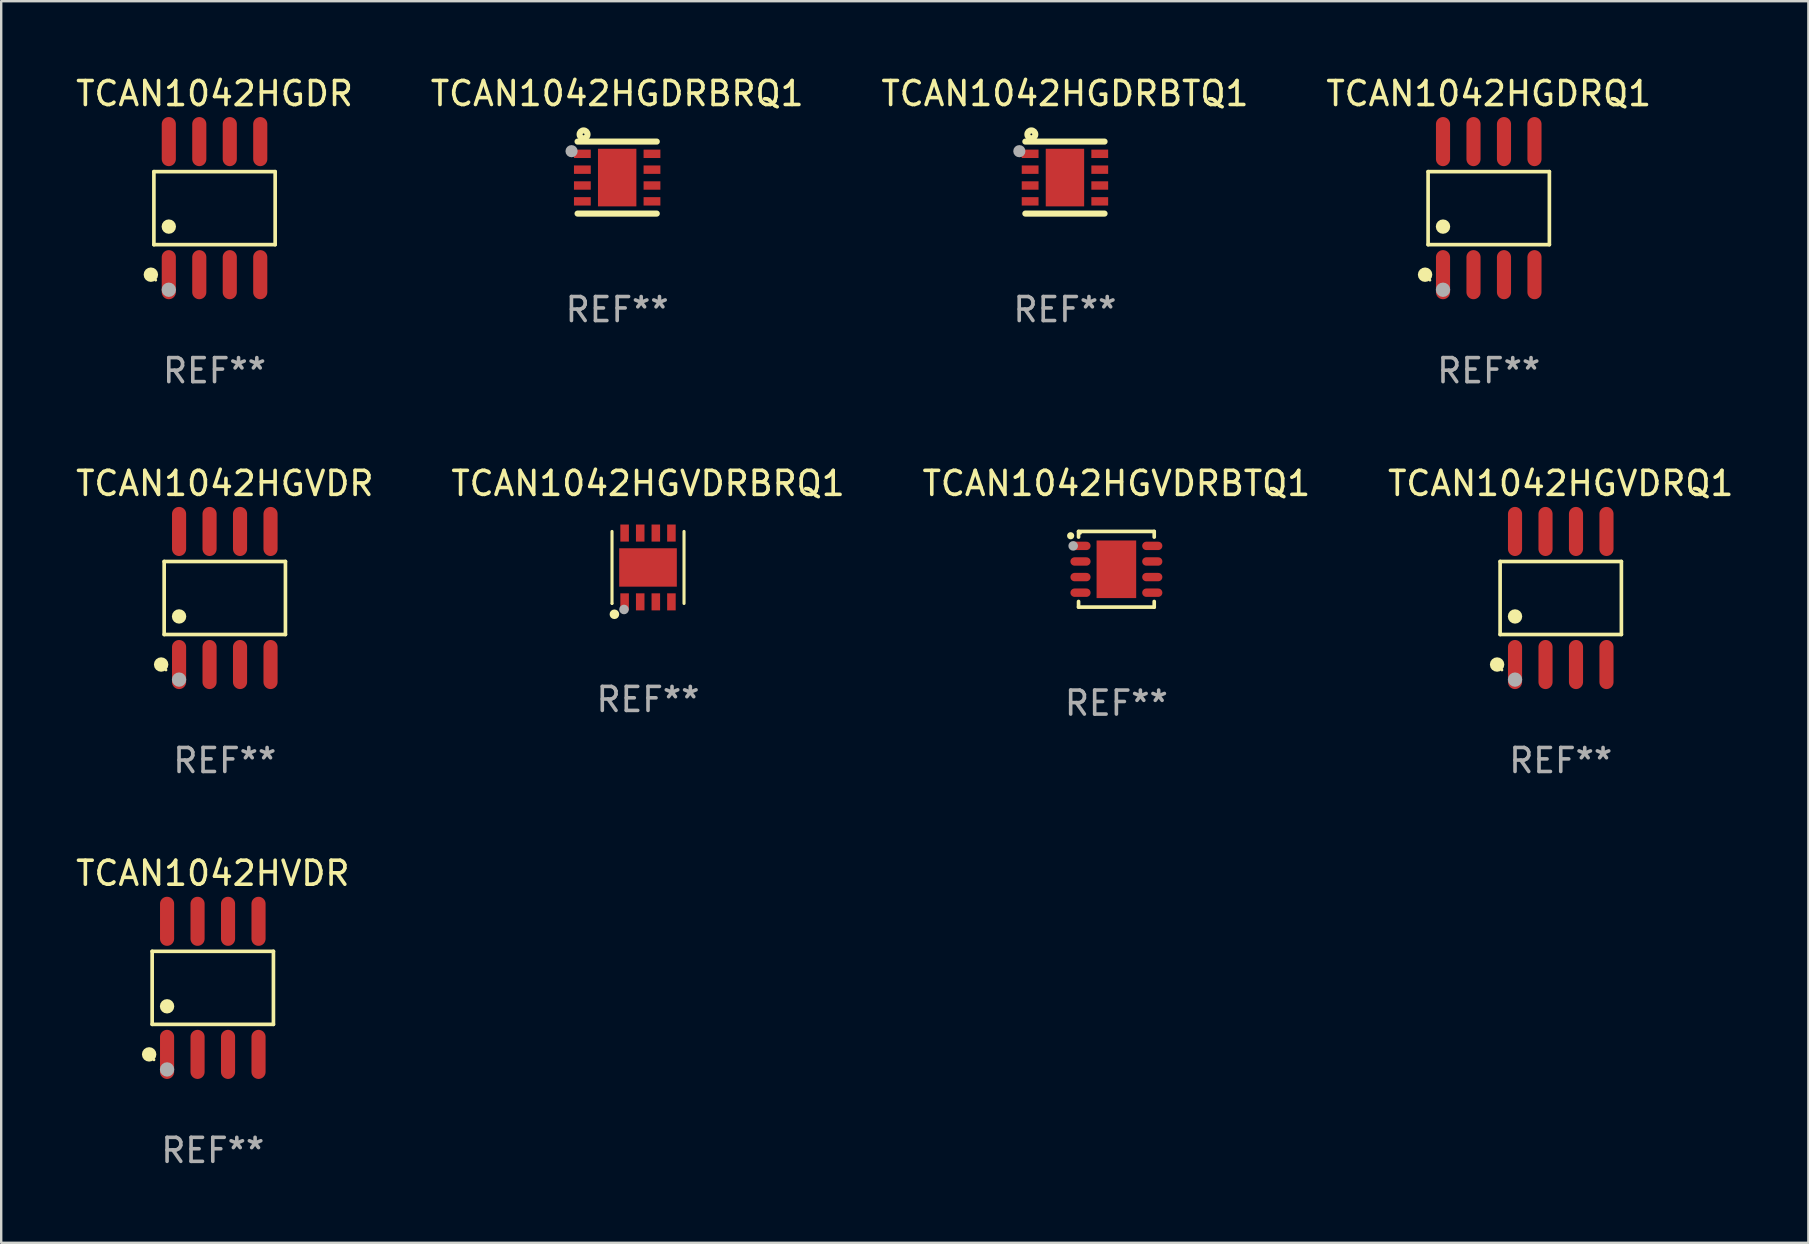
<source format=kicad_pcb>
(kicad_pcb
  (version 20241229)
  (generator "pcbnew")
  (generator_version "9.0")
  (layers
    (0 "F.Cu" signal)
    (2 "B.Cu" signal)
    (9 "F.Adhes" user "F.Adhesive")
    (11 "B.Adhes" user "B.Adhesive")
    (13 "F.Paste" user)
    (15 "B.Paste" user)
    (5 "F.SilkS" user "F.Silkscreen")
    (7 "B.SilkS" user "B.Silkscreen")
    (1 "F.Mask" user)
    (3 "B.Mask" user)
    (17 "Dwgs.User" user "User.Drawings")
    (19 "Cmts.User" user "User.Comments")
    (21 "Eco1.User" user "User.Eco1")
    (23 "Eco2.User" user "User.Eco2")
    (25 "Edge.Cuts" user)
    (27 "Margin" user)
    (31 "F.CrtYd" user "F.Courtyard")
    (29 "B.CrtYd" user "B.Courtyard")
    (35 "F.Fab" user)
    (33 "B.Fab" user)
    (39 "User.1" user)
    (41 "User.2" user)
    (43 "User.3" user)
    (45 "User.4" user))
  (footprint "TCAN1042HGDRBTQ1"
    (layer "F.Cu")
    (at 41.315 4.348)
    (property "Reference" "TCAN1042HGDRBTQ1" (at 0 -3.5 0) (layer "F.SilkS") (effects (font (size 1 1) (thickness 0.15))))
    (attr through_hole)
    (fp_line (start -1.65 -1.5) (end 1.65 -1.5) (stroke (width 0.254) (type solid)) (layer "F.SilkS"))
    (fp_line (start -1.65 1.5) (end 1.65 1.5) (stroke (width 0.254) (type solid)) (layer "F.SilkS"))
    (fp_circle (center -1.5 -1.5) (end -1.47 -1.5) (stroke (width 0.06) (type solid)) (fill no) (layer "F.SilkS"))
    (fp_circle (center -1.4 -1.8) (end -1.235 -1.8) (stroke (width 0.254) (type solid)) (fill no) (layer "F.SilkS"))
    (fp_circle (center -1.9 -1.1) (end -1.773 -1.1) (stroke (width 0.254) (type solid)) (fill no) (layer "F.Fab"))
    (fp_text user "REF**" (at 0 5.5 0) (layer "F.Fab") (effects (font (size 1 1) (thickness 0.15))))
    (pad "1" smd rect (at -1.45 -0.99 180) (size 0.7 0.35) (layers "F.Cu" "F.Mask" "F.Paste"))
    (pad "2" smd rect (at -1.45 -0.33 180) (size 0.7 0.35) (layers "F.Cu" "F.Mask" "F.Paste"))
    (pad "3" smd rect (at -1.45 0.33 180) (size 0.7 0.35) (layers "F.Cu" "F.Mask" "F.Paste"))
    (pad "4" smd rect (at -1.45 0.99 180) (size 0.7 0.35) (layers "F.Cu" "F.Mask" "F.Paste"))
    (pad "5" smd rect (at 1.45 0.99 180) (size 0.7 0.35) (layers "F.Cu" "F.Mask" "F.Paste"))
    (pad "6" smd rect (at 1.45 0.33 180) (size 0.7 0.35) (layers "F.Cu" "F.Mask" "F.Paste"))
    (pad "7" smd rect (at 1.45 -0.33 180) (size 0.7 0.35) (layers "F.Cu" "F.Mask" "F.Paste"))
    (pad "8" smd rect (at 1.45 -0.99 180) (size 0.7 0.35) (layers "F.Cu" "F.Mask" "F.Paste"))
    (pad "9" smd rect (at 0 -0.000394 90) (size 2.4 1.6) (layers "F.Cu" "F.Mask" "F.Paste")))
  (footprint "TCAN1042HGDR"
    (layer "F.Cu")
    (at 5.887 5.621)
    (property "Reference" "TCAN1042HGDR" (at 0 -4.772 0) (layer "F.SilkS") (effects (font (size 1 1) (thickness 0.15))))
    (attr through_hole)
    (fp_line (start -2.526 -1.521) (end 2.526 -1.521) (stroke (width 0.152) (type solid)) (layer "F.SilkS"))
    (fp_line (start -2.526 1.521) (end -2.526 -1.521) (stroke (width 0.152) (type solid)) (layer "F.SilkS"))
    (fp_line (start 2.526 -1.521) (end 2.526 1.521) (stroke (width 0.152) (type solid)) (layer "F.SilkS"))
    (fp_line (start 2.526 1.521) (end -2.526 1.521) (stroke (width 0.152) (type solid)) (layer "F.SilkS"))
    (fp_circle (center -2.652 2.772) (end -2.501 2.772) (stroke (width 0.3) (type solid)) (fill no) (layer "F.SilkS"))
    (fp_circle (center -2.45 3) (end -2.42 3) (stroke (width 0.06) (type solid)) (fill no) (layer "F.SilkS"))
    (fp_circle (center -1.905 0.769) (end -1.755 0.769) (stroke (width 0.3) (type solid)) (fill no) (layer "F.SilkS"))
    (fp_circle (center -1.905 3.4) (end -1.755 3.4) (stroke (width 0.3) (type solid)) (fill no) (layer "F.Fab"))
    (fp_text user "REF**" (at 0 6.772 0) (layer "F.Fab") (effects (font (size 1 1) (thickness 0.15))))
    (pad "1" smd oval (at -1.905 2.772) (size 0.588 2.045) (layers "F.Cu" "F.Mask" "F.Paste"))
    (pad "2" smd oval (at -0.635 2.772) (size 0.588 2.045) (layers "F.Cu" "F.Mask" "F.Paste"))
    (pad "3" smd oval (at 0.635 2.772) (size 0.588 2.045) (layers "F.Cu" "F.Mask" "F.Paste"))
    (pad "4" smd oval (at 1.905 2.772) (size 0.588 2.045) (layers "F.Cu" "F.Mask" "F.Paste"))
    (pad "5" smd oval (at 1.905 -2.772) (size 0.588 2.045) (layers "F.Cu" "F.Mask" "F.Paste"))
    (pad "6" smd oval (at 0.635 -2.772) (size 0.588 2.045) (layers "F.Cu" "F.Mask" "F.Paste"))
    (pad "7" smd oval (at -0.635 -2.772) (size 0.588 2.045) (layers "F.Cu" "F.Mask" "F.Paste"))
    (pad "8" smd oval (at -1.905 -2.772) (size 0.588 2.045) (layers "F.Cu" "F.Mask" "F.Paste")))
  (footprint "TCAN1042HGVDRQ1"
    (layer "F.Cu")
    (at 61.97 21.862)
    (property "Reference" "TCAN1042HGVDRQ1" (at 0 -4.772 0) (layer "F.SilkS") (effects (font (size 1 1) (thickness 0.15))))
    (attr through_hole)
    (fp_line (start -2.526 -1.521) (end 2.526 -1.521) (stroke (width 0.152) (type solid)) (layer "F.SilkS"))
    (fp_line (start -2.526 1.521) (end -2.526 -1.521) (stroke (width 0.152) (type solid)) (layer "F.SilkS"))
    (fp_line (start 2.526 -1.521) (end 2.526 1.521) (stroke (width 0.152) (type solid)) (layer "F.SilkS"))
    (fp_line (start 2.526 1.521) (end -2.526 1.521) (stroke (width 0.152) (type solid)) (layer "F.SilkS"))
    (fp_circle (center -2.652 2.772) (end -2.501 2.772) (stroke (width 0.3) (type solid)) (fill no) (layer "F.SilkS"))
    (fp_circle (center -2.45 3) (end -2.42 3) (stroke (width 0.06) (type solid)) (fill no) (layer "F.SilkS"))
    (fp_circle (center -1.905 0.769) (end -1.755 0.769) (stroke (width 0.3) (type solid)) (fill no) (layer "F.SilkS"))
    (fp_circle (center -1.905 3.4) (end -1.755 3.4) (stroke (width 0.3) (type solid)) (fill no) (layer "F.Fab"))
    (fp_text user "REF**" (at 0 6.772 0) (layer "F.Fab") (effects (font (size 1 1) (thickness 0.15))))
    (pad "1" smd oval (at -1.905 2.772) (size 0.588 2.045) (layers "F.Cu" "F.Mask" "F.Paste"))
    (pad "2" smd oval (at -0.635 2.772) (size 0.588 2.045) (layers "F.Cu" "F.Mask" "F.Paste"))
    (pad "3" smd oval (at 0.635 2.772) (size 0.588 2.045) (layers "F.Cu" "F.Mask" "F.Paste"))
    (pad "4" smd oval (at 1.905 2.772) (size 0.588 2.045) (layers "F.Cu" "F.Mask" "F.Paste"))
    (pad "5" smd oval (at 1.905 -2.772) (size 0.588 2.045) (layers "F.Cu" "F.Mask" "F.Paste"))
    (pad "6" smd oval (at 0.635 -2.772) (size 0.588 2.045) (layers "F.Cu" "F.Mask" "F.Paste"))
    (pad "7" smd oval (at -0.635 -2.772) (size 0.588 2.045) (layers "F.Cu" "F.Mask" "F.Paste"))
    (pad "8" smd oval (at -1.905 -2.772) (size 0.588 2.045) (layers "F.Cu" "F.Mask" "F.Paste")))
  (footprint "TCAN1042HGVDRBTQ1"
    (layer "F.Cu")
    (at 43.458 20.666)
    (property "Reference" "TCAN1042HGVDRBTQ1" (at 0 -3.576 0) (layer "F.SilkS") (effects (font (size 1 1) (thickness 0.15))))
    (attr through_hole)
    (fp_line (start -1.576 -1.576) (end 1.576 -1.576) (stroke (width 0.152) (type solid)) (layer "F.SilkS"))
    (fp_line (start -1.576 -1.341) (end -1.576 -1.576) (stroke (width 0.152) (type solid)) (layer "F.SilkS"))
    (fp_line (start -1.576 1.341) (end -1.576 1.576) (stroke (width 0.152) (type solid)) (layer "F.SilkS"))
    (fp_line (start -1.576 1.576) (end 1.576 1.576) (stroke (width 0.152) (type solid)) (layer "F.SilkS"))
    (fp_line (start 1.576 -1.576) (end 1.576 -1.341) (stroke (width 0.152) (type solid)) (layer "F.SilkS"))
    (fp_line (start 1.576 1.576) (end 1.576 1.341) (stroke (width 0.152) (type solid)) (layer "F.SilkS"))
    (fp_circle (center -1.905 -1.397) (end -1.83 -1.397) (stroke (width 0.15) (type solid)) (fill no) (layer "F.SilkS"))
    (fp_circle (center -1.5 -1.5) (end -1.47 -1.5) (stroke (width 0.06) (type solid)) (fill no) (layer "F.SilkS"))
    (fp_circle (center -1.8 -0.975) (end -1.7 -0.975) (stroke (width 0.2) (type solid)) (fill no) (layer "F.Fab"))
    (fp_text user "REF**" (at 0 5.576 0) (layer "F.Fab") (effects (font (size 1 1) (thickness 0.15))))
    (pad "1" smd oval (at -1.495 -0.975) (size 0.84 0.35) (layers "F.Cu" "F.Mask" "F.Paste"))
    (pad "2" smd oval (at -1.495 -0.325) (size 0.84 0.35) (layers "F.Cu" "F.Mask" "F.Paste"))
    (pad "3" smd oval (at -1.495 0.325) (size 0.84 0.35) (layers "F.Cu" "F.Mask" "F.Paste"))
    (pad "4" smd oval (at -1.495 0.975) (size 0.84 0.35) (layers "F.Cu" "F.Mask" "F.Paste"))
    (pad "5" smd oval (at 1.495 0.975) (size 0.84 0.35) (layers "F.Cu" "F.Mask" "F.Paste"))
    (pad "6" smd oval (at 1.495 0.325) (size 0.84 0.35) (layers "F.Cu" "F.Mask" "F.Paste"))
    (pad "7" smd oval (at 1.495 -0.325) (size 0.84 0.35) (layers "F.Cu" "F.Mask" "F.Paste"))
    (pad "8" smd oval (at 1.495 -0.975) (size 0.84 0.35) (layers "F.Cu" "F.Mask" "F.Paste"))
    (pad "9" smd rect (at -0.000102 0.000102) (size 1.65 2.4) (layers "F.Cu" "F.Mask" "F.Paste")))
  (footprint "TCAN1042HGVDRBRQ1"
    (layer "F.Cu")
    (at 23.946 20.59)
    (property "Reference" "TCAN1042HGVDRBRQ1" (at 0 -3.5 0) (layer "F.SilkS") (effects (font (size 1 1) (thickness 0.15))))
    (attr through_hole)
    (fp_line (start -1.5 1.5) (end -1.5 -1.5) (stroke (width 0.129) (type solid)) (layer "F.SilkS"))
    (fp_line (start 1.5 -1.5) (end 1.5 1.5) (stroke (width 0.129) (type solid)) (layer "F.SilkS"))
    (fp_circle (center -1.5 1.5) (end -1.47 1.5) (stroke (width 0.06) (type solid)) (fill no) (layer "F.SilkS"))
    (fp_circle (center -1.4 1.95) (end -1.3 1.95) (stroke (width 0.2) (type solid)) (fill no) (layer "F.SilkS"))
    (fp_circle (center -1 1.75) (end -0.9 1.75) (stroke (width 0.2) (type solid)) (fill no) (layer "F.Fab"))
    (fp_text user "REF**" (at 0 5.5 0) (layer "F.Fab") (effects (font (size 1 1) (thickness 0.15))))
    (pad "1" smd rect (at -0.975 1.433) (size 0.356 0.711) (layers "F.Cu" "F.Mask" "F.Paste"))
    (pad "2" smd rect (at -0.325 1.433) (size 0.356 0.711) (layers "F.Cu" "F.Mask" "F.Paste"))
    (pad "3" smd rect (at 0.325 1.433) (size 0.356 0.711) (layers "F.Cu" "F.Mask" "F.Paste"))
    (pad "4" smd rect (at 0.975 1.433) (size 0.356 0.711) (layers "F.Cu" "F.Mask" "F.Paste"))
    (pad "5" smd rect (at 0.975 -1.433) (size 0.356 0.711) (layers "F.Cu" "F.Mask" "F.Paste"))
    (pad "6" smd rect (at 0.325 -1.433) (size 0.356 0.711) (layers "F.Cu" "F.Mask" "F.Paste"))
    (pad "7" smd rect (at -0.325 -1.433) (size 0.356 0.711) (layers "F.Cu" "F.Mask" "F.Paste"))
    (pad "8" smd rect (at -0.975 -1.433) (size 0.356 0.711) (layers "F.Cu" "F.Mask" "F.Paste"))
    (pad "9" smd rect (at 0 0) (size 2.4 1.6) (layers "F.Cu" "F.Mask" "F.Paste")))
  (footprint "TCAN1042HGDRQ1"
    (layer "F.Cu")
    (at 58.97 5.621)
    (property "Reference" "TCAN1042HGDRQ1" (at 0 -4.772 0) (layer "F.SilkS") (effects (font (size 1 1) (thickness 0.15))))
    (attr through_hole)
    (fp_line (start -2.526 -1.521) (end 2.526 -1.521) (stroke (width 0.152) (type solid)) (layer "F.SilkS"))
    (fp_line (start -2.526 1.521) (end -2.526 -1.521) (stroke (width 0.152) (type solid)) (layer "F.SilkS"))
    (fp_line (start 2.526 -1.521) (end 2.526 1.521) (stroke (width 0.152) (type solid)) (layer "F.SilkS"))
    (fp_line (start 2.526 1.521) (end -2.526 1.521) (stroke (width 0.152) (type solid)) (layer "F.SilkS"))
    (fp_circle (center -2.652 2.772) (end -2.501 2.772) (stroke (width 0.3) (type solid)) (fill no) (layer "F.SilkS"))
    (fp_circle (center -2.45 3) (end -2.42 3) (stroke (width 0.06) (type solid)) (fill no) (layer "F.SilkS"))
    (fp_circle (center -1.905 0.769) (end -1.755 0.769) (stroke (width 0.3) (type solid)) (fill no) (layer "F.SilkS"))
    (fp_circle (center -1.905 3.4) (end -1.755 3.4) (stroke (width 0.3) (type solid)) (fill no) (layer "F.Fab"))
    (fp_text user "REF**" (at 0 6.772 0) (layer "F.Fab") (effects (font (size 1 1) (thickness 0.15))))
    (pad "1" smd oval (at -1.905 2.772) (size 0.588 2.045) (layers "F.Cu" "F.Mask" "F.Paste"))
    (pad "2" smd oval (at -0.635 2.772) (size 0.588 2.045) (layers "F.Cu" "F.Mask" "F.Paste"))
    (pad "3" smd oval (at 0.635 2.772) (size 0.588 2.045) (layers "F.Cu" "F.Mask" "F.Paste"))
    (pad "4" smd oval (at 1.905 2.772) (size 0.588 2.045) (layers "F.Cu" "F.Mask" "F.Paste"))
    (pad "5" smd oval (at 1.905 -2.772) (size 0.588 2.045) (layers "F.Cu" "F.Mask" "F.Paste"))
    (pad "6" smd oval (at 0.635 -2.772) (size 0.588 2.045) (layers "F.Cu" "F.Mask" "F.Paste"))
    (pad "7" smd oval (at -0.635 -2.772) (size 0.588 2.045) (layers "F.Cu" "F.Mask" "F.Paste"))
    (pad "8" smd oval (at -1.905 -2.772) (size 0.588 2.045) (layers "F.Cu" "F.Mask" "F.Paste")))
  (footprint "TCAN1042HVDR"
    (layer "F.Cu")
    (at 5.815 38.103)
    (property "Reference" "TCAN1042HVDR" (at 0 -4.772 0) (layer "F.SilkS") (effects (font (size 1 1) (thickness 0.15))))
    (attr through_hole)
    (fp_line (start -2.526 -1.521) (end 2.526 -1.521) (stroke (width 0.152) (type solid)) (layer "F.SilkS"))
    (fp_line (start -2.526 1.521) (end -2.526 -1.521) (stroke (width 0.152) (type solid)) (layer "F.SilkS"))
    (fp_line (start 2.526 -1.521) (end 2.526 1.521) (stroke (width 0.152) (type solid)) (layer "F.SilkS"))
    (fp_line (start 2.526 1.521) (end -2.526 1.521) (stroke (width 0.152) (type solid)) (layer "F.SilkS"))
    (fp_circle (center -2.652 2.772) (end -2.501 2.772) (stroke (width 0.3) (type solid)) (fill no) (layer "F.SilkS"))
    (fp_circle (center -2.45 3) (end -2.42 3) (stroke (width 0.06) (type solid)) (fill no) (layer "F.SilkS"))
    (fp_circle (center -1.905 0.769) (end -1.755 0.769) (stroke (width 0.3) (type solid)) (fill no) (layer "F.SilkS"))
    (fp_circle (center -1.905 3.4) (end -1.755 3.4) (stroke (width 0.3) (type solid)) (fill no) (layer "F.Fab"))
    (fp_text user "REF**" (at 0 6.772 0) (layer "F.Fab") (effects (font (size 1 1) (thickness 0.15))))
    (pad "1" smd oval (at -1.905 2.772) (size 0.588 2.045) (layers "F.Cu" "F.Mask" "F.Paste"))
    (pad "2" smd oval (at -0.635 2.772) (size 0.588 2.045) (layers "F.Cu" "F.Mask" "F.Paste"))
    (pad "3" smd oval (at 0.635 2.772) (size 0.588 2.045) (layers "F.Cu" "F.Mask" "F.Paste"))
    (pad "4" smd oval (at 1.905 2.772) (size 0.588 2.045) (layers "F.Cu" "F.Mask" "F.Paste"))
    (pad "5" smd oval (at 1.905 -2.772) (size 0.588 2.045) (layers "F.Cu" "F.Mask" "F.Paste"))
    (pad "6" smd oval (at 0.635 -2.772) (size 0.588 2.045) (layers "F.Cu" "F.Mask" "F.Paste"))
    (pad "7" smd oval (at -0.635 -2.772) (size 0.588 2.045) (layers "F.Cu" "F.Mask" "F.Paste"))
    (pad "8" smd oval (at -1.905 -2.772) (size 0.588 2.045) (layers "F.Cu" "F.Mask" "F.Paste")))
  (footprint "TCAN1042HGVDR"
    (layer "F.Cu")
    (at 6.315 21.862)
    (property "Reference" "TCAN1042HGVDR" (at 0 -4.772 0) (layer "F.SilkS") (effects (font (size 1 1) (thickness 0.15))))
    (attr through_hole)
    (fp_line (start -2.526 -1.521) (end 2.526 -1.521) (stroke (width 0.152) (type solid)) (layer "F.SilkS"))
    (fp_line (start -2.526 1.521) (end -2.526 -1.521) (stroke (width 0.152) (type solid)) (layer "F.SilkS"))
    (fp_line (start 2.526 -1.521) (end 2.526 1.521) (stroke (width 0.152) (type solid)) (layer "F.SilkS"))
    (fp_line (start 2.526 1.521) (end -2.526 1.521) (stroke (width 0.152) (type solid)) (layer "F.SilkS"))
    (fp_circle (center -2.652 2.772) (end -2.501 2.772) (stroke (width 0.3) (type solid)) (fill no) (layer "F.SilkS"))
    (fp_circle (center -2.45 3) (end -2.42 3) (stroke (width 0.06) (type solid)) (fill no) (layer "F.SilkS"))
    (fp_circle (center -1.905 0.769) (end -1.755 0.769) (stroke (width 0.3) (type solid)) (fill no) (layer "F.SilkS"))
    (fp_circle (center -1.905 3.4) (end -1.755 3.4) (stroke (width 0.3) (type solid)) (fill no) (layer "F.Fab"))
    (fp_text user "REF**" (at 0 6.772 0) (layer "F.Fab") (effects (font (size 1 1) (thickness 0.15))))
    (pad "1" smd oval (at -1.905 2.772) (size 0.588 2.045) (layers "F.Cu" "F.Mask" "F.Paste"))
    (pad "2" smd oval (at -0.635 2.772) (size 0.588 2.045) (layers "F.Cu" "F.Mask" "F.Paste"))
    (pad "3" smd oval (at 0.635 2.772) (size 0.588 2.045) (layers "F.Cu" "F.Mask" "F.Paste"))
    (pad "4" smd oval (at 1.905 2.772) (size 0.588 2.045) (layers "F.Cu" "F.Mask" "F.Paste"))
    (pad "5" smd oval (at 1.905 -2.772) (size 0.588 2.045) (layers "F.Cu" "F.Mask" "F.Paste"))
    (pad "6" smd oval (at 0.635 -2.772) (size 0.588 2.045) (layers "F.Cu" "F.Mask" "F.Paste"))
    (pad "7" smd oval (at -0.635 -2.772) (size 0.588 2.045) (layers "F.Cu" "F.Mask" "F.Paste"))
    (pad "8" smd oval (at -1.905 -2.772) (size 0.588 2.045) (layers "F.Cu" "F.Mask" "F.Paste")))
  (footprint "TCAN1042HGDRBRQ1"
    (layer "F.Cu")
    (at 22.661 4.348)
    (property "Reference" "TCAN1042HGDRBRQ1" (at 0 -3.5 0) (layer "F.SilkS") (effects (font (size 1 1) (thickness 0.15))))
    (attr through_hole)
    (fp_line (start -1.65 -1.5) (end 1.65 -1.5) (stroke (width 0.254) (type solid)) (layer "F.SilkS"))
    (fp_line (start -1.65 1.5) (end 1.65 1.5) (stroke (width 0.254) (type solid)) (layer "F.SilkS"))
    (fp_circle (center -1.5 -1.5) (end -1.47 -1.5) (stroke (width 0.06) (type solid)) (fill no) (layer "F.SilkS"))
    (fp_circle (center -1.4 -1.8) (end -1.235 -1.8) (stroke (width 0.254) (type solid)) (fill no) (layer "F.SilkS"))
    (fp_circle (center -1.9 -1.1) (end -1.773 -1.1) (stroke (width 0.254) (type solid)) (fill no) (layer "F.Fab"))
    (fp_text user "REF**" (at 0 5.5 0) (layer "F.Fab") (effects (font (size 1 1) (thickness 0.15))))
    (pad "1" smd rect (at -1.45 -0.99 180) (size 0.7 0.35) (layers "F.Cu" "F.Mask" "F.Paste"))
    (pad "2" smd rect (at -1.45 -0.33 180) (size 0.7 0.35) (layers "F.Cu" "F.Mask" "F.Paste"))
    (pad "3" smd rect (at -1.45 0.33 180) (size 0.7 0.35) (layers "F.Cu" "F.Mask" "F.Paste"))
    (pad "4" smd rect (at -1.45 0.99 180) (size 0.7 0.35) (layers "F.Cu" "F.Mask" "F.Paste"))
    (pad "5" smd rect (at 1.45 0.99 180) (size 0.7 0.35) (layers "F.Cu" "F.Mask" "F.Paste"))
    (pad "6" smd rect (at 1.45 0.33 180) (size 0.7 0.35) (layers "F.Cu" "F.Mask" "F.Paste"))
    (pad "7" smd rect (at 1.45 -0.33 180) (size 0.7 0.35) (layers "F.Cu" "F.Mask" "F.Paste"))
    (pad "8" smd rect (at 1.45 -0.99 180) (size 0.7 0.35) (layers "F.Cu" "F.Mask" "F.Paste"))
    (pad "9" smd rect (at 0 -0.000394 90) (size 2.4 1.6) (layers "F.Cu" "F.Mask" "F.Paste")))
  (gr_rect
    (start -3 -3)
    (end 72.286 48.724)
    (stroke (width 0.1) (type default))
    (fill no)
    (layer "Edge.Cuts")))
</source>
